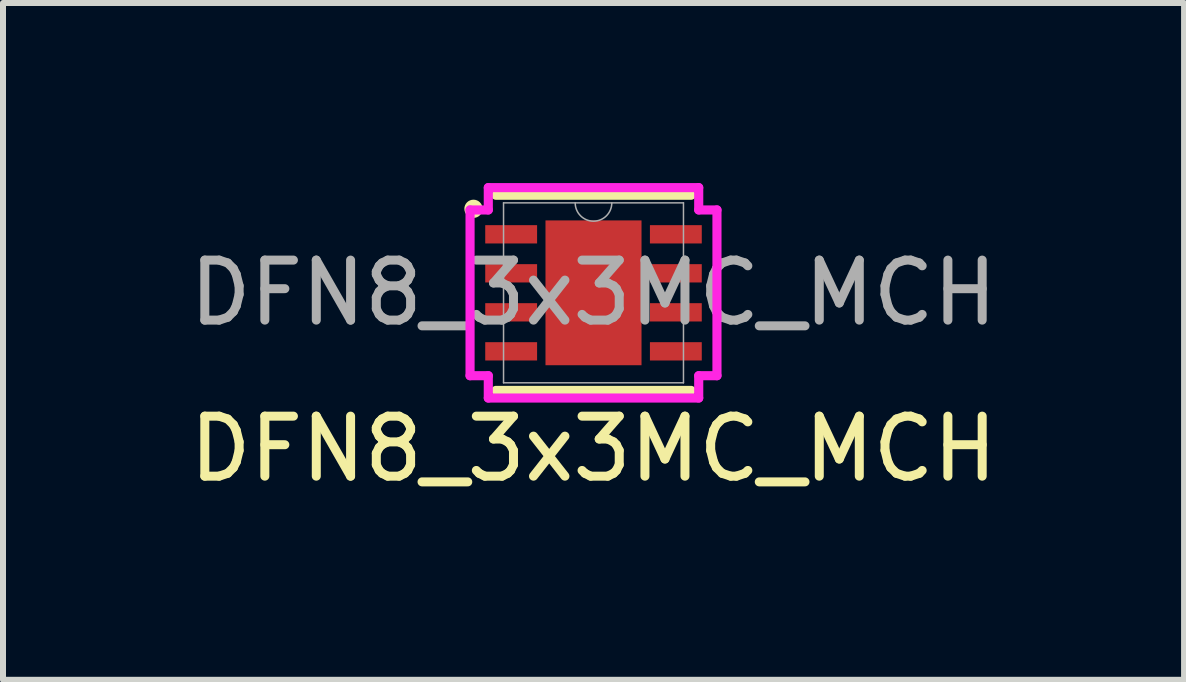
<source format=kicad_pcb>
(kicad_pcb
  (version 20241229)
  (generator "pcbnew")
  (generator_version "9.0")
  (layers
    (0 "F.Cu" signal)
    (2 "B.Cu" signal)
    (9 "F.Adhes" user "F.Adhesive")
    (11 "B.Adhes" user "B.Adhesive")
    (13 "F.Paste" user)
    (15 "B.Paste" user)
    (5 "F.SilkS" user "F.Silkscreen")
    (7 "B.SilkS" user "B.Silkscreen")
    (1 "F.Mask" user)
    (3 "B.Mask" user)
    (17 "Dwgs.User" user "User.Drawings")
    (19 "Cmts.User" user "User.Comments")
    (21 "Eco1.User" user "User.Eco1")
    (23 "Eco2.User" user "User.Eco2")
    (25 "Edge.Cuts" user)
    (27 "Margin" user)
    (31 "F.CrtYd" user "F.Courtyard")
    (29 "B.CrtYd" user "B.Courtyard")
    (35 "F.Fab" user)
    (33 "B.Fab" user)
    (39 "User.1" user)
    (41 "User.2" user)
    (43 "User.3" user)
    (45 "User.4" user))
  (footprint "DFN8_3x3MC_MCH"
    (layer "F.Cu")
    (at 6.839 1.829)
    (property "Reference" "DFN8_3x3MC_MCH" (at 0 2.6 0) (unlocked yes) (layer "F.SilkS") (effects (font (size 1 1) (thickness 0.15))))
    (attr smd)
    (fp_line (start -1.626 1.626) (end 1.626 1.626) (stroke (width 0.152) (type solid)) (layer "F.SilkS"))
    (fp_line (start 1.626 -1.626) (end -1.626 -1.626) (stroke (width 0.152) (type solid)) (layer "F.SilkS"))
    (fp_circle (center -2 -1.4) (end -1.924 -1.4) (stroke (width 0.152) (type solid)) (fill no) (layer "F.SilkS"))
    (fp_line (start -2.057 -1.381) (end -1.753 -1.381) (stroke (width 0.152) (type solid)) (layer "F.CrtYd"))
    (fp_line (start -2.057 1.381) (end -2.057 -1.381) (stroke (width 0.152) (type solid)) (layer "F.CrtYd"))
    (fp_line (start -2.057 1.381) (end -1.753 1.381) (stroke (width 0.152) (type solid)) (layer "F.CrtYd"))
    (fp_line (start -1.753 -1.753) (end 1.753 -1.753) (stroke (width 0.152) (type solid)) (layer "F.CrtYd"))
    (fp_line (start -1.753 -1.381) (end -1.753 -1.753) (stroke (width 0.152) (type solid)) (layer "F.CrtYd"))
    (fp_line (start -1.753 1.753) (end -1.753 1.381) (stroke (width 0.152) (type solid)) (layer "F.CrtYd"))
    (fp_line (start 1.753 -1.753) (end 1.753 -1.381) (stroke (width 0.152) (type solid)) (layer "F.CrtYd"))
    (fp_line (start 1.753 1.381) (end 1.753 1.753) (stroke (width 0.152) (type solid)) (layer "F.CrtYd"))
    (fp_line (start 1.753 1.753) (end -1.753 1.753) (stroke (width 0.152) (type solid)) (layer "F.CrtYd"))
    (fp_line (start 2.057 -1.381) (end 1.753 -1.381) (stroke (width 0.152) (type solid)) (layer "F.CrtYd"))
    (fp_line (start 2.057 -1.381) (end 2.057 1.381) (stroke (width 0.152) (type solid)) (layer "F.CrtYd"))
    (fp_line (start 2.057 1.381) (end 1.753 1.381) (stroke (width 0.152) (type solid)) (layer "F.CrtYd"))
    (fp_line (start -1.499 -1.499) (end -1.499 1.499) (stroke (width 0.025) (type solid)) (layer "F.Fab"))
    (fp_line (start -1.499 1.499) (end 1.499 1.499) (stroke (width 0.025) (type solid)) (layer "F.Fab"))
    (fp_line (start 1.499 -1.499) (end -1.499 -1.499) (stroke (width 0.025) (type solid)) (layer "F.Fab"))
    (fp_line (start 1.499 1.499) (end 1.499 -1.499) (stroke (width 0.025) (type solid)) (layer "F.Fab"))
    (fp_arc (start 0.3048 -1.4986) (mid 0 -1.1938) (end -0.3048 -1.4986) (stroke (width 0.0254) (type solid)) (layer "F.Fab"))
    (fp_text user "${REFERENCE}" (at 0 0 0) (unlocked yes) (layer "F.Fab") (effects (font (size 1 1) (thickness 0.15))))
    (pad "1" smd rect (at -1.372 -0.975) (size 0.864 0.305) (layers "F.Cu" "F.Mask" "F.Paste"))
    (pad "2" smd rect (at -1.372 -0.325) (size 0.864 0.305) (layers "F.Cu" "F.Mask" "F.Paste"))
    (pad "3" smd rect (at -1.372 0.325) (size 0.864 0.305) (layers "F.Cu" "F.Mask" "F.Paste"))
    (pad "4" smd rect (at -1.372 0.975) (size 0.864 0.305) (layers "F.Cu" "F.Mask" "F.Paste"))
    (pad "5" smd rect (at 1.372 0.975) (size 0.864 0.305) (layers "F.Cu" "F.Mask" "F.Paste"))
    (pad "6" smd rect (at 1.372 0.325) (size 0.864 0.305) (layers "F.Cu" "F.Mask" "F.Paste"))
    (pad "7" smd rect (at 1.372 -0.325) (size 0.864 0.305) (layers "F.Cu" "F.Mask" "F.Paste"))
    (pad "8" smd rect (at 1.372 -0.975) (size 0.864 0.305) (layers "F.Cu" "F.Mask" "F.Paste"))
    (pad "9" smd rect (at 0 0) (size 1.6 2.413) (layers "F.Cu" "F.Mask" "F.Paste")))
  (gr_rect
    (start -3 -3)
    (end 16.679 8.277)
    (stroke (width 0.1) (type default))
    (fill no)
    (layer "Edge.Cuts")))
</source>
